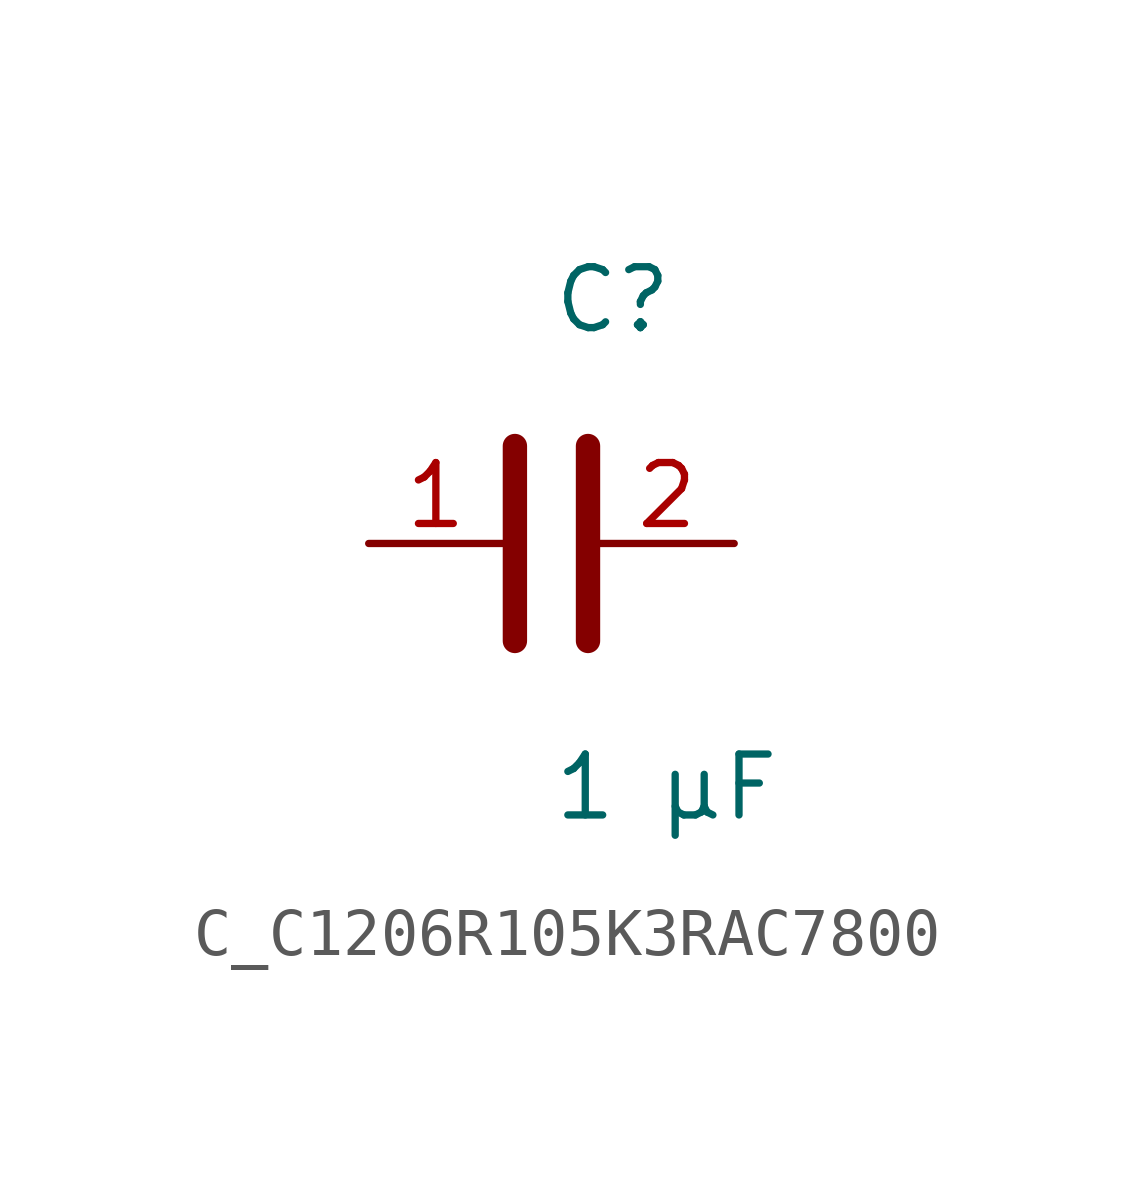
<source format=kicad_sym>
(kicad_symbol_lib
  (version 20231120)
  (generator kicad_symbol_editor)
  (generator_version 8.0)
  (symbol "C_C1206R105K3RAC7800"
    (pin_names
      (offset 0.254))
    (property "Reference" "C"
      (at 0 5.08 0)
      (effects (font (size 1.27 1.27)) (justify left)))
    (property "Value" "1 µF"
      (at 0 -5.08 0)
      (effects (font (size 1.27 1.27)) (justify left)))
    (symbol "C_C1206R105K3RAC7800_0_1"
      (polyline (pts (xy -0.762 -2.032) (xy -0.762 2.032)) (stroke (width 0.508) (type default)) (fill (type none)))
      (polyline (pts (xy 0.762 -2.032) (xy 0.762 2.032)) (stroke (width 0.508) (type default)) (fill (type none))))
    (pin unspecified line
      (at -3.81 0 0)
      (length 2.8)
      (name "" (effects (font (size 1.27 1.27))))
      (number "1" (effects (font (size 1.27 1.27)))))
    (pin unspecified line
      (at 3.81 0 180)
      (length 2.8)
      (name "" (effects (font (size 1.27 1.27))))
      (number "2" (effects (font (size 1.27 1.27)))))))
</source>
